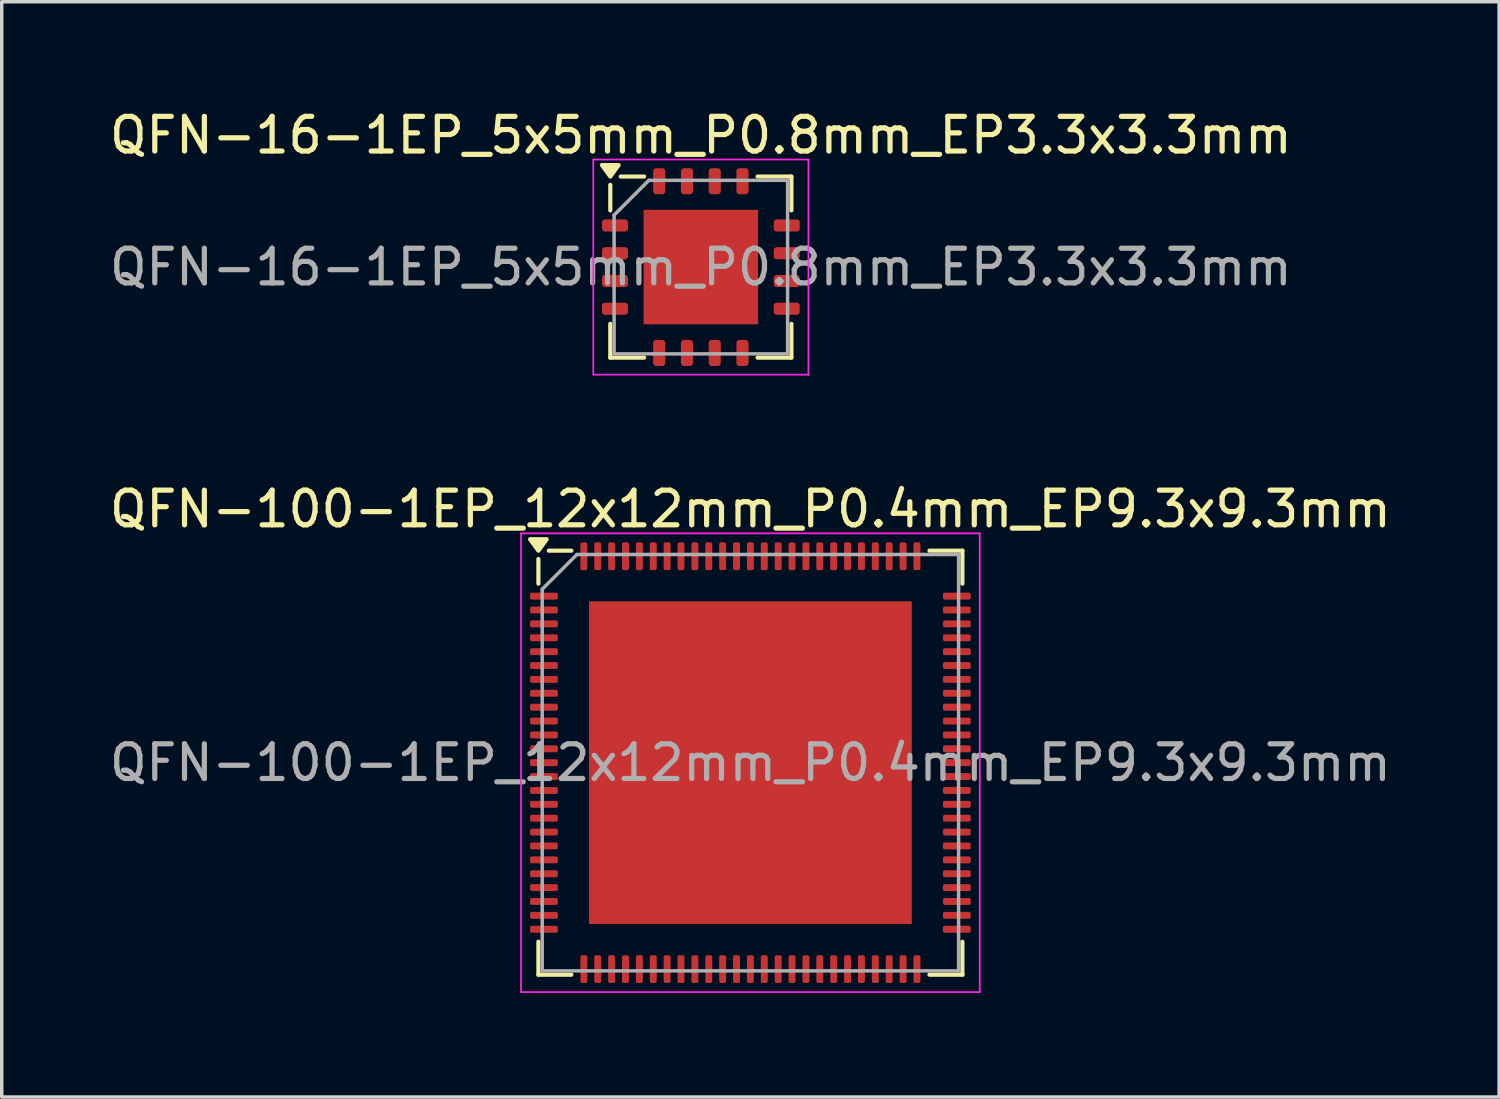
<source format=kicad_pcb>
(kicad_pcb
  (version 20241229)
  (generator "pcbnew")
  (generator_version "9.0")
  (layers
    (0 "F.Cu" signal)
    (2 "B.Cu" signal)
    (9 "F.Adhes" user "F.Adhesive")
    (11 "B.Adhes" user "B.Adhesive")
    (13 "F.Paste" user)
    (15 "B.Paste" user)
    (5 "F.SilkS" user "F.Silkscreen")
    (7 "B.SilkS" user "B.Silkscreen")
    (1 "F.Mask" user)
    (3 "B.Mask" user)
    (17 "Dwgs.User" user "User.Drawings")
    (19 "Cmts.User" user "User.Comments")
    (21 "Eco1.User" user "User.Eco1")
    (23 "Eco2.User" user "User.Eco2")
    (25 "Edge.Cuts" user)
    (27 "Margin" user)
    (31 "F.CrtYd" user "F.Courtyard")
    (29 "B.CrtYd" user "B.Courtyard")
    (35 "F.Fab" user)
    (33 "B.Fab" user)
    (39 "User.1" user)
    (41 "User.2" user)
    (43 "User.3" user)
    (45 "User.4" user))
  (footprint "QFN-100-1EP_12x12mm_P0.4mm_EP9.3x9.3mm"
    (layer "F.Cu")
    (at 18.577 18.931)
    (property "Reference" "QFN-100-1EP_12x12mm_P0.4mm_EP9.3x9.3mm" (at 0 -7.31 0) (layer "F.SilkS") (effects (font (size 1 1) (thickness 0.15))))
    (attr smd)
    (fp_line (start -6.11 -5.16) (end -6.11 -5.87) (stroke (width 0.12) (type solid)) (layer "F.SilkS"))
    (fp_line (start -6.11 6.11) (end -6.11 5.16) (stroke (width 0.12) (type solid)) (layer "F.SilkS"))
    (fp_line (start -5.16 -6.11) (end -5.81 -6.11) (stroke (width 0.12) (type solid)) (layer "F.SilkS"))
    (fp_line (start -5.16 6.11) (end -6.11 6.11) (stroke (width 0.12) (type solid)) (layer "F.SilkS"))
    (fp_line (start 5.16 -6.11) (end 6.11 -6.11) (stroke (width 0.12) (type solid)) (layer "F.SilkS"))
    (fp_line (start 5.16 6.11) (end 6.11 6.11) (stroke (width 0.12) (type solid)) (layer "F.SilkS"))
    (fp_line (start 6.11 -6.11) (end 6.11 -5.16) (stroke (width 0.12) (type solid)) (layer "F.SilkS"))
    (fp_line (start 6.11 6.11) (end 6.11 5.16) (stroke (width 0.12) (type solid)) (layer "F.SilkS"))
    (fp_poly (pts (xy -6.11 -6.11) (xy -6.35 -6.44) (xy -5.87 -6.44) (xy -6.11 -6.11)) (stroke (width 0.12) (type solid)) (fill yes) (layer "F.SilkS"))
    (fp_line (start -6.61 -6.61) (end -6.61 6.61) (stroke (width 0.05) (type solid)) (layer "F.CrtYd"))
    (fp_line (start -6.61 6.61) (end 6.61 6.61) (stroke (width 0.05) (type solid)) (layer "F.CrtYd"))
    (fp_line (start 6.61 -6.61) (end -6.61 -6.61) (stroke (width 0.05) (type solid)) (layer "F.CrtYd"))
    (fp_line (start 6.61 6.61) (end 6.61 -6.61) (stroke (width 0.05) (type solid)) (layer "F.CrtYd"))
    (fp_line (start -6 -5) (end -5 -6) (stroke (width 0.1) (type solid)) (layer "F.Fab"))
    (fp_line (start -6 6) (end -6 -5) (stroke (width 0.1) (type solid)) (layer "F.Fab"))
    (fp_line (start -5 -6) (end 6 -6) (stroke (width 0.1) (type solid)) (layer "F.Fab"))
    (fp_line (start 6 -6) (end 6 6) (stroke (width 0.1) (type solid)) (layer "F.Fab"))
    (fp_line (start 6 6) (end -6 6) (stroke (width 0.1) (type solid)) (layer "F.Fab"))
    (fp_text user "${REFERENCE}" (at 0 0 0) (layer "F.Fab") (effects (font (size 1 1) (thickness 0.15))))
    (pad "" smd roundrect (at -2.325 -2.325) (size 3.75 3.75) (layers "F.Paste") (roundrect_rratio 0.067))
    (pad "" smd roundrect (at -2.325 2.325) (size 3.75 3.75) (layers "F.Paste") (roundrect_rratio 0.067))
    (pad "" smd roundrect (at 2.325 -2.325) (size 3.75 3.75) (layers "F.Paste") (roundrect_rratio 0.067))
    (pad "" smd roundrect (at 2.325 2.325) (size 3.75 3.75) (layers "F.Paste") (roundrect_rratio 0.067))
    (pad "1" smd roundrect (at -5.95 -4.8) (size 0.8 0.2) (layers "F.Cu" "F.Mask" "F.Paste") (roundrect_rratio 0.25))
    (pad "2" smd roundrect (at -5.95 -4.4) (size 0.8 0.2) (layers "F.Cu" "F.Mask" "F.Paste") (roundrect_rratio 0.25))
    (pad "3" smd roundrect (at -5.95 -4) (size 0.8 0.2) (layers "F.Cu" "F.Mask" "F.Paste") (roundrect_rratio 0.25))
    (pad "4" smd roundrect (at -5.95 -3.6) (size 0.8 0.2) (layers "F.Cu" "F.Mask" "F.Paste") (roundrect_rratio 0.25))
    (pad "5" smd roundrect (at -5.95 -3.2) (size 0.8 0.2) (layers "F.Cu" "F.Mask" "F.Paste") (roundrect_rratio 0.25))
    (pad "6" smd roundrect (at -5.95 -2.8) (size 0.8 0.2) (layers "F.Cu" "F.Mask" "F.Paste") (roundrect_rratio 0.25))
    (pad "7" smd roundrect (at -5.95 -2.4) (size 0.8 0.2) (layers "F.Cu" "F.Mask" "F.Paste") (roundrect_rratio 0.25))
    (pad "8" smd roundrect (at -5.95 -2) (size 0.8 0.2) (layers "F.Cu" "F.Mask" "F.Paste") (roundrect_rratio 0.25))
    (pad "9" smd roundrect (at -5.95 -1.6) (size 0.8 0.2) (layers "F.Cu" "F.Mask" "F.Paste") (roundrect_rratio 0.25))
    (pad "10" smd roundrect (at -5.95 -1.2) (size 0.8 0.2) (layers "F.Cu" "F.Mask" "F.Paste") (roundrect_rratio 0.25))
    (pad "11" smd roundrect (at -5.95 -0.8) (size 0.8 0.2) (layers "F.Cu" "F.Mask" "F.Paste") (roundrect_rratio 0.25))
    (pad "12" smd roundrect (at -5.95 -0.4) (size 0.8 0.2) (layers "F.Cu" "F.Mask" "F.Paste") (roundrect_rratio 0.25))
    (pad "13" smd roundrect (at -5.95 0) (size 0.8 0.2) (layers "F.Cu" "F.Mask" "F.Paste") (roundrect_rratio 0.25))
    (pad "14" smd roundrect (at -5.95 0.4) (size 0.8 0.2) (layers "F.Cu" "F.Mask" "F.Paste") (roundrect_rratio 0.25))
    (pad "15" smd roundrect (at -5.95 0.8) (size 0.8 0.2) (layers "F.Cu" "F.Mask" "F.Paste") (roundrect_rratio 0.25))
    (pad "16" smd roundrect (at -5.95 1.2) (size 0.8 0.2) (layers "F.Cu" "F.Mask" "F.Paste") (roundrect_rratio 0.25))
    (pad "17" smd roundrect (at -5.95 1.6) (size 0.8 0.2) (layers "F.Cu" "F.Mask" "F.Paste") (roundrect_rratio 0.25))
    (pad "18" smd roundrect (at -5.95 2) (size 0.8 0.2) (layers "F.Cu" "F.Mask" "F.Paste") (roundrect_rratio 0.25))
    (pad "19" smd roundrect (at -5.95 2.4) (size 0.8 0.2) (layers "F.Cu" "F.Mask" "F.Paste") (roundrect_rratio 0.25))
    (pad "20" smd roundrect (at -5.95 2.8) (size 0.8 0.2) (layers "F.Cu" "F.Mask" "F.Paste") (roundrect_rratio 0.25))
    (pad "21" smd roundrect (at -5.95 3.2) (size 0.8 0.2) (layers "F.Cu" "F.Mask" "F.Paste") (roundrect_rratio 0.25))
    (pad "22" smd roundrect (at -5.95 3.6) (size 0.8 0.2) (layers "F.Cu" "F.Mask" "F.Paste") (roundrect_rratio 0.25))
    (pad "23" smd roundrect (at -5.95 4) (size 0.8 0.2) (layers "F.Cu" "F.Mask" "F.Paste") (roundrect_rratio 0.25))
    (pad "24" smd roundrect (at -5.95 4.4) (size 0.8 0.2) (layers "F.Cu" "F.Mask" "F.Paste") (roundrect_rratio 0.25))
    (pad "25" smd roundrect (at -5.95 4.8) (size 0.8 0.2) (layers "F.Cu" "F.Mask" "F.Paste") (roundrect_rratio 0.25))
    (pad "26" smd roundrect (at -4.8 5.95) (size 0.2 0.8) (layers "F.Cu" "F.Mask" "F.Paste") (roundrect_rratio 0.25))
    (pad "27" smd roundrect (at -4.4 5.95) (size 0.2 0.8) (layers "F.Cu" "F.Mask" "F.Paste") (roundrect_rratio 0.25))
    (pad "28" smd roundrect (at -4 5.95) (size 0.2 0.8) (layers "F.Cu" "F.Mask" "F.Paste") (roundrect_rratio 0.25))
    (pad "29" smd roundrect (at -3.6 5.95) (size 0.2 0.8) (layers "F.Cu" "F.Mask" "F.Paste") (roundrect_rratio 0.25))
    (pad "30" smd roundrect (at -3.2 5.95) (size 0.2 0.8) (layers "F.Cu" "F.Mask" "F.Paste") (roundrect_rratio 0.25))
    (pad "31" smd roundrect (at -2.8 5.95) (size 0.2 0.8) (layers "F.Cu" "F.Mask" "F.Paste") (roundrect_rratio 0.25))
    (pad "32" smd roundrect (at -2.4 5.95) (size 0.2 0.8) (layers "F.Cu" "F.Mask" "F.Paste") (roundrect_rratio 0.25))
    (pad "33" smd roundrect (at -2 5.95) (size 0.2 0.8) (layers "F.Cu" "F.Mask" "F.Paste") (roundrect_rratio 0.25))
    (pad "34" smd roundrect (at -1.6 5.95) (size 0.2 0.8) (layers "F.Cu" "F.Mask" "F.Paste") (roundrect_rratio 0.25))
    (pad "35" smd roundrect (at -1.2 5.95) (size 0.2 0.8) (layers "F.Cu" "F.Mask" "F.Paste") (roundrect_rratio 0.25))
    (pad "36" smd roundrect (at -0.8 5.95) (size 0.2 0.8) (layers "F.Cu" "F.Mask" "F.Paste") (roundrect_rratio 0.25))
    (pad "37" smd roundrect (at -0.4 5.95) (size 0.2 0.8) (layers "F.Cu" "F.Mask" "F.Paste") (roundrect_rratio 0.25))
    (pad "38" smd roundrect (at 0 5.95) (size 0.2 0.8) (layers "F.Cu" "F.Mask" "F.Paste") (roundrect_rratio 0.25))
    (pad "39" smd roundrect (at 0.4 5.95) (size 0.2 0.8) (layers "F.Cu" "F.Mask" "F.Paste") (roundrect_rratio 0.25))
    (pad "40" smd roundrect (at 0.8 5.95) (size 0.2 0.8) (layers "F.Cu" "F.Mask" "F.Paste") (roundrect_rratio 0.25))
    (pad "41" smd roundrect (at 1.2 5.95) (size 0.2 0.8) (layers "F.Cu" "F.Mask" "F.Paste") (roundrect_rratio 0.25))
    (pad "42" smd roundrect (at 1.6 5.95) (size 0.2 0.8) (layers "F.Cu" "F.Mask" "F.Paste") (roundrect_rratio 0.25))
    (pad "43" smd roundrect (at 2 5.95) (size 0.2 0.8) (layers "F.Cu" "F.Mask" "F.Paste") (roundrect_rratio 0.25))
    (pad "44" smd roundrect (at 2.4 5.95) (size 0.2 0.8) (layers "F.Cu" "F.Mask" "F.Paste") (roundrect_rratio 0.25))
    (pad "45" smd roundrect (at 2.8 5.95) (size 0.2 0.8) (layers "F.Cu" "F.Mask" "F.Paste") (roundrect_rratio 0.25))
    (pad "46" smd roundrect (at 3.2 5.95) (size 0.2 0.8) (layers "F.Cu" "F.Mask" "F.Paste") (roundrect_rratio 0.25))
    (pad "47" smd roundrect (at 3.6 5.95) (size 0.2 0.8) (layers "F.Cu" "F.Mask" "F.Paste") (roundrect_rratio 0.25))
    (pad "48" smd roundrect (at 4 5.95) (size 0.2 0.8) (layers "F.Cu" "F.Mask" "F.Paste") (roundrect_rratio 0.25))
    (pad "49" smd roundrect (at 4.4 5.95) (size 0.2 0.8) (layers "F.Cu" "F.Mask" "F.Paste") (roundrect_rratio 0.25))
    (pad "50" smd roundrect (at 4.8 5.95) (size 0.2 0.8) (layers "F.Cu" "F.Mask" "F.Paste") (roundrect_rratio 0.25))
    (pad "51" smd roundrect (at 5.95 4.8) (size 0.8 0.2) (layers "F.Cu" "F.Mask" "F.Paste") (roundrect_rratio 0.25))
    (pad "52" smd roundrect (at 5.95 4.4) (size 0.8 0.2) (layers "F.Cu" "F.Mask" "F.Paste") (roundrect_rratio 0.25))
    (pad "53" smd roundrect (at 5.95 4) (size 0.8 0.2) (layers "F.Cu" "F.Mask" "F.Paste") (roundrect_rratio 0.25))
    (pad "54" smd roundrect (at 5.95 3.6) (size 0.8 0.2) (layers "F.Cu" "F.Mask" "F.Paste") (roundrect_rratio 0.25))
    (pad "55" smd roundrect (at 5.95 3.2) (size 0.8 0.2) (layers "F.Cu" "F.Mask" "F.Paste") (roundrect_rratio 0.25))
    (pad "56" smd roundrect (at 5.95 2.8) (size 0.8 0.2) (layers "F.Cu" "F.Mask" "F.Paste") (roundrect_rratio 0.25))
    (pad "57" smd roundrect (at 5.95 2.4) (size 0.8 0.2) (layers "F.Cu" "F.Mask" "F.Paste") (roundrect_rratio 0.25))
    (pad "58" smd roundrect (at 5.95 2) (size 0.8 0.2) (layers "F.Cu" "F.Mask" "F.Paste") (roundrect_rratio 0.25))
    (pad "59" smd roundrect (at 5.95 1.6) (size 0.8 0.2) (layers "F.Cu" "F.Mask" "F.Paste") (roundrect_rratio 0.25))
    (pad "60" smd roundrect (at 5.95 1.2) (size 0.8 0.2) (layers "F.Cu" "F.Mask" "F.Paste") (roundrect_rratio 0.25))
    (pad "61" smd roundrect (at 5.95 0.8) (size 0.8 0.2) (layers "F.Cu" "F.Mask" "F.Paste") (roundrect_rratio 0.25))
    (pad "62" smd roundrect (at 5.95 0.4) (size 0.8 0.2) (layers "F.Cu" "F.Mask" "F.Paste") (roundrect_rratio 0.25))
    (pad "63" smd roundrect (at 5.95 0) (size 0.8 0.2) (layers "F.Cu" "F.Mask" "F.Paste") (roundrect_rratio 0.25))
    (pad "64" smd roundrect (at 5.95 -0.4) (size 0.8 0.2) (layers "F.Cu" "F.Mask" "F.Paste") (roundrect_rratio 0.25))
    (pad "65" smd roundrect (at 5.95 -0.8) (size 0.8 0.2) (layers "F.Cu" "F.Mask" "F.Paste") (roundrect_rratio 0.25))
    (pad "66" smd roundrect (at 5.95 -1.2) (size 0.8 0.2) (layers "F.Cu" "F.Mask" "F.Paste") (roundrect_rratio 0.25))
    (pad "67" smd roundrect (at 5.95 -1.6) (size 0.8 0.2) (layers "F.Cu" "F.Mask" "F.Paste") (roundrect_rratio 0.25))
    (pad "68" smd roundrect (at 5.95 -2) (size 0.8 0.2) (layers "F.Cu" "F.Mask" "F.Paste") (roundrect_rratio 0.25))
    (pad "69" smd roundrect (at 5.95 -2.4) (size 0.8 0.2) (layers "F.Cu" "F.Mask" "F.Paste") (roundrect_rratio 0.25))
    (pad "70" smd roundrect (at 5.95 -2.8) (size 0.8 0.2) (layers "F.Cu" "F.Mask" "F.Paste") (roundrect_rratio 0.25))
    (pad "71" smd roundrect (at 5.95 -3.2) (size 0.8 0.2) (layers "F.Cu" "F.Mask" "F.Paste") (roundrect_rratio 0.25))
    (pad "72" smd roundrect (at 5.95 -3.6) (size 0.8 0.2) (layers "F.Cu" "F.Mask" "F.Paste") (roundrect_rratio 0.25))
    (pad "73" smd roundrect (at 5.95 -4) (size 0.8 0.2) (layers "F.Cu" "F.Mask" "F.Paste") (roundrect_rratio 0.25))
    (pad "74" smd roundrect (at 5.95 -4.4) (size 0.8 0.2) (layers "F.Cu" "F.Mask" "F.Paste") (roundrect_rratio 0.25))
    (pad "75" smd roundrect (at 5.95 -4.8) (size 0.8 0.2) (layers "F.Cu" "F.Mask" "F.Paste") (roundrect_rratio 0.25))
    (pad "76" smd roundrect (at 4.8 -5.95) (size 0.2 0.8) (layers "F.Cu" "F.Mask" "F.Paste") (roundrect_rratio 0.25))
    (pad "77" smd roundrect (at 4.4 -5.95) (size 0.2 0.8) (layers "F.Cu" "F.Mask" "F.Paste") (roundrect_rratio 0.25))
    (pad "78" smd roundrect (at 4 -5.95) (size 0.2 0.8) (layers "F.Cu" "F.Mask" "F.Paste") (roundrect_rratio 0.25))
    (pad "79" smd roundrect (at 3.6 -5.95) (size 0.2 0.8) (layers "F.Cu" "F.Mask" "F.Paste") (roundrect_rratio 0.25))
    (pad "80" smd roundrect (at 3.2 -5.95) (size 0.2 0.8) (layers "F.Cu" "F.Mask" "F.Paste") (roundrect_rratio 0.25))
    (pad "81" smd roundrect (at 2.8 -5.95) (size 0.2 0.8) (layers "F.Cu" "F.Mask" "F.Paste") (roundrect_rratio 0.25))
    (pad "82" smd roundrect (at 2.4 -5.95) (size 0.2 0.8) (layers "F.Cu" "F.Mask" "F.Paste") (roundrect_rratio 0.25))
    (pad "83" smd roundrect (at 2 -5.95) (size 0.2 0.8) (layers "F.Cu" "F.Mask" "F.Paste") (roundrect_rratio 0.25))
    (pad "84" smd roundrect (at 1.6 -5.95) (size 0.2 0.8) (layers "F.Cu" "F.Mask" "F.Paste") (roundrect_rratio 0.25))
    (pad "85" smd roundrect (at 1.2 -5.95) (size 0.2 0.8) (layers "F.Cu" "F.Mask" "F.Paste") (roundrect_rratio 0.25))
    (pad "86" smd roundrect (at 0.8 -5.95) (size 0.2 0.8) (layers "F.Cu" "F.Mask" "F.Paste") (roundrect_rratio 0.25))
    (pad "87" smd roundrect (at 0.4 -5.95) (size 0.2 0.8) (layers "F.Cu" "F.Mask" "F.Paste") (roundrect_rratio 0.25))
    (pad "88" smd roundrect (at 0 -5.95) (size 0.2 0.8) (layers "F.Cu" "F.Mask" "F.Paste") (roundrect_rratio 0.25))
    (pad "89" smd roundrect (at -0.4 -5.95) (size 0.2 0.8) (layers "F.Cu" "F.Mask" "F.Paste") (roundrect_rratio 0.25))
    (pad "90" smd roundrect (at -0.8 -5.95) (size 0.2 0.8) (layers "F.Cu" "F.Mask" "F.Paste") (roundrect_rratio 0.25))
    (pad "91" smd roundrect (at -1.2 -5.95) (size 0.2 0.8) (layers "F.Cu" "F.Mask" "F.Paste") (roundrect_rratio 0.25))
    (pad "92" smd roundrect (at -1.6 -5.95) (size 0.2 0.8) (layers "F.Cu" "F.Mask" "F.Paste") (roundrect_rratio 0.25))
    (pad "93" smd roundrect (at -2 -5.95) (size 0.2 0.8) (layers "F.Cu" "F.Mask" "F.Paste") (roundrect_rratio 0.25))
    (pad "94" smd roundrect (at -2.4 -5.95) (size 0.2 0.8) (layers "F.Cu" "F.Mask" "F.Paste") (roundrect_rratio 0.25))
    (pad "95" smd roundrect (at -2.8 -5.95) (size 0.2 0.8) (layers "F.Cu" "F.Mask" "F.Paste") (roundrect_rratio 0.25))
    (pad "96" smd roundrect (at -3.2 -5.95) (size 0.2 0.8) (layers "F.Cu" "F.Mask" "F.Paste") (roundrect_rratio 0.25))
    (pad "97" smd roundrect (at -3.6 -5.95) (size 0.2 0.8) (layers "F.Cu" "F.Mask" "F.Paste") (roundrect_rratio 0.25))
    (pad "98" smd roundrect (at -4 -5.95) (size 0.2 0.8) (layers "F.Cu" "F.Mask" "F.Paste") (roundrect_rratio 0.25))
    (pad "99" smd roundrect (at -4.4 -5.95) (size 0.2 0.8) (layers "F.Cu" "F.Mask" "F.Paste") (roundrect_rratio 0.25))
    (pad "100" smd roundrect (at -4.8 -5.95) (size 0.2 0.8) (layers "F.Cu" "F.Mask" "F.Paste") (roundrect_rratio 0.25))
    (pad "101" smd rect (at 0 0) (size 9.3 9.3) (property pad_prop_heatsink) (layers "F.Cu" "F.Mask")))
  (footprint "QFN-16-1EP_5x5mm_P0.8mm_EP3.3x3.3mm"
    (layer "F.Cu")
    (at 17.149 4.648)
    (property "Reference" "QFN-16-1EP_5x5mm_P0.8mm_EP3.3x3.3mm" (at 0 -3.8 0) (layer "F.SilkS") (effects (font (size 1 1) (thickness 0.15))))
    (attr smd)
    (fp_line (start -2.61 -1.635) (end -2.61 -2.37) (stroke (width 0.12) (type solid)) (layer "F.SilkS"))
    (fp_line (start -2.61 2.61) (end -2.61 1.635) (stroke (width 0.12) (type solid)) (layer "F.SilkS"))
    (fp_line (start -1.635 -2.61) (end -2.31 -2.61) (stroke (width 0.12) (type solid)) (layer "F.SilkS"))
    (fp_line (start -1.635 2.61) (end -2.61 2.61) (stroke (width 0.12) (type solid)) (layer "F.SilkS"))
    (fp_line (start 1.635 -2.61) (end 2.61 -2.61) (stroke (width 0.12) (type solid)) (layer "F.SilkS"))
    (fp_line (start 1.635 2.61) (end 2.61 2.61) (stroke (width 0.12) (type solid)) (layer "F.SilkS"))
    (fp_line (start 2.61 -2.61) (end 2.61 -1.635) (stroke (width 0.12) (type solid)) (layer "F.SilkS"))
    (fp_line (start 2.61 2.61) (end 2.61 1.635) (stroke (width 0.12) (type solid)) (layer "F.SilkS"))
    (fp_poly (pts (xy -2.61 -2.61) (xy -2.85 -2.94) (xy -2.37 -2.94) (xy -2.61 -2.61)) (stroke (width 0.12) (type solid)) (fill yes) (layer "F.SilkS"))
    (fp_line (start -3.1 -3.1) (end -3.1 3.1) (stroke (width 0.05) (type solid)) (layer "F.CrtYd"))
    (fp_line (start -3.1 3.1) (end 3.1 3.1) (stroke (width 0.05) (type solid)) (layer "F.CrtYd"))
    (fp_line (start 3.1 -3.1) (end -3.1 -3.1) (stroke (width 0.05) (type solid)) (layer "F.CrtYd"))
    (fp_line (start 3.1 3.1) (end 3.1 -3.1) (stroke (width 0.05) (type solid)) (layer "F.CrtYd"))
    (fp_line (start -2.5 -1.5) (end -1.5 -2.5) (stroke (width 0.1) (type solid)) (layer "F.Fab"))
    (fp_line (start -2.5 2.5) (end -2.5 -1.5) (stroke (width 0.1) (type solid)) (layer "F.Fab"))
    (fp_line (start -1.5 -2.5) (end 2.5 -2.5) (stroke (width 0.1) (type solid)) (layer "F.Fab"))
    (fp_line (start 2.5 -2.5) (end 2.5 2.5) (stroke (width 0.1) (type solid)) (layer "F.Fab"))
    (fp_line (start 2.5 2.5) (end -2.5 2.5) (stroke (width 0.1) (type solid)) (layer "F.Fab"))
    (fp_text user "${REFERENCE}" (at 0 0 0) (layer "F.Fab") (effects (font (size 1 1) (thickness 0.15))))
    (pad "" smd roundrect (at -0.825 -0.825) (size 1.33 1.33) (layers "F.Paste") (roundrect_rratio 0.188))
    (pad "" smd roundrect (at -0.825 0.825) (size 1.33 1.33) (layers "F.Paste") (roundrect_rratio 0.188))
    (pad "" smd roundrect (at 0.825 -0.825) (size 1.33 1.33) (layers "F.Paste") (roundrect_rratio 0.188))
    (pad "" smd roundrect (at 0.825 0.825) (size 1.33 1.33) (layers "F.Paste") (roundrect_rratio 0.188))
    (pad "1" smd roundrect (at -2.475 -1.2) (size 0.75 0.35) (layers "F.Cu" "F.Mask" "F.Paste") (roundrect_rratio 0.25))
    (pad "2" smd roundrect (at -2.475 -0.4) (size 0.75 0.35) (layers "F.Cu" "F.Mask" "F.Paste") (roundrect_rratio 0.25))
    (pad "3" smd roundrect (at -2.475 0.4) (size 0.75 0.35) (layers "F.Cu" "F.Mask" "F.Paste") (roundrect_rratio 0.25))
    (pad "4" smd roundrect (at -2.475 1.2) (size 0.75 0.35) (layers "F.Cu" "F.Mask" "F.Paste") (roundrect_rratio 0.25))
    (pad "5" smd roundrect (at -1.2 2.475) (size 0.35 0.75) (layers "F.Cu" "F.Mask" "F.Paste") (roundrect_rratio 0.25))
    (pad "6" smd roundrect (at -0.4 2.475) (size 0.35 0.75) (layers "F.Cu" "F.Mask" "F.Paste") (roundrect_rratio 0.25))
    (pad "7" smd roundrect (at 0.4 2.475) (size 0.35 0.75) (layers "F.Cu" "F.Mask" "F.Paste") (roundrect_rratio 0.25))
    (pad "8" smd roundrect (at 1.2 2.475) (size 0.35 0.75) (layers "F.Cu" "F.Mask" "F.Paste") (roundrect_rratio 0.25))
    (pad "9" smd roundrect (at 2.475 1.2) (size 0.75 0.35) (layers "F.Cu" "F.Mask" "F.Paste") (roundrect_rratio 0.25))
    (pad "10" smd roundrect (at 2.475 0.4) (size 0.75 0.35) (layers "F.Cu" "F.Mask" "F.Paste") (roundrect_rratio 0.25))
    (pad "11" smd roundrect (at 2.475 -0.4) (size 0.75 0.35) (layers "F.Cu" "F.Mask" "F.Paste") (roundrect_rratio 0.25))
    (pad "12" smd roundrect (at 2.475 -1.2) (size 0.75 0.35) (layers "F.Cu" "F.Mask" "F.Paste") (roundrect_rratio 0.25))
    (pad "13" smd roundrect (at 1.2 -2.475) (size 0.35 0.75) (layers "F.Cu" "F.Mask" "F.Paste") (roundrect_rratio 0.25))
    (pad "14" smd roundrect (at 0.4 -2.475) (size 0.35 0.75) (layers "F.Cu" "F.Mask" "F.Paste") (roundrect_rratio 0.25))
    (pad "15" smd roundrect (at -0.4 -2.475) (size 0.35 0.75) (layers "F.Cu" "F.Mask" "F.Paste") (roundrect_rratio 0.25))
    (pad "16" smd roundrect (at -1.2 -2.475) (size 0.35 0.75) (layers "F.Cu" "F.Mask" "F.Paste") (roundrect_rratio 0.25))
    (pad "17" smd rect (at 0 0) (size 3.3 3.3) (property pad_prop_heatsink) (layers "F.Cu" "F.Mask")))
  (gr_rect
    (start -3 -3)
    (end 40.155 28.567)
    (stroke (width 0.1) (type default))
    (fill no)
    (layer "Edge.Cuts")))
</source>
